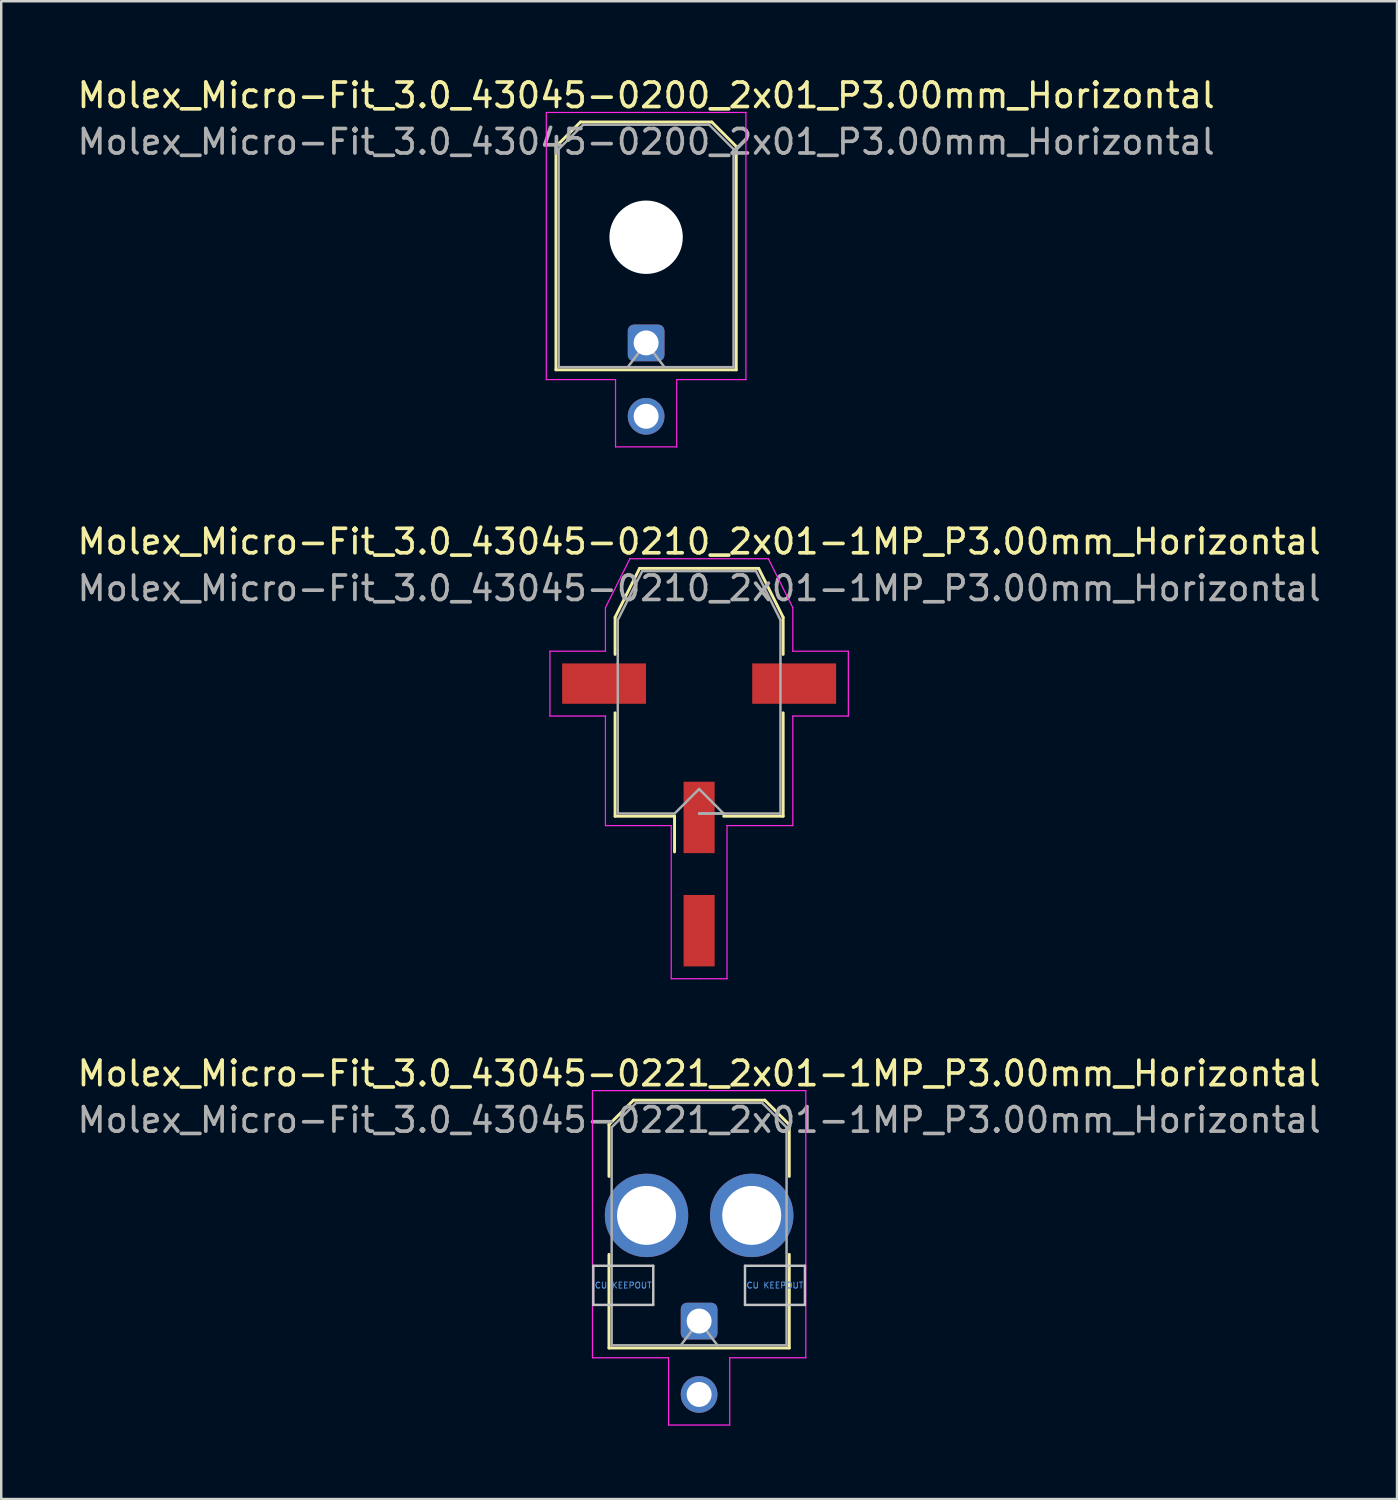
<source format=kicad_pcb>
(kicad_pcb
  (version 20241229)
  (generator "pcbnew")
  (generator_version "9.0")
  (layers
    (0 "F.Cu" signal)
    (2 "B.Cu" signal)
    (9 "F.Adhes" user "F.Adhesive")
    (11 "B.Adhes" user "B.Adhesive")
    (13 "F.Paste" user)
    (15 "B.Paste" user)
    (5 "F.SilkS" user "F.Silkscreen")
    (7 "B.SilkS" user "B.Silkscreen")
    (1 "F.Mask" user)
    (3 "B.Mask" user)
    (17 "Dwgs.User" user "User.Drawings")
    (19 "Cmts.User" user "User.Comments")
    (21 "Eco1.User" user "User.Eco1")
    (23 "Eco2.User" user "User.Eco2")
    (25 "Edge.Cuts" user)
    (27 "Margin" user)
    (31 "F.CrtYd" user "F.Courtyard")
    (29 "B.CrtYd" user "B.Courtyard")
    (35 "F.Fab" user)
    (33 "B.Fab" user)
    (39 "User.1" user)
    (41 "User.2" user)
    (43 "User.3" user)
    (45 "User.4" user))
  (footprint "Molex_Micro-Fit_3.0_43045-0210_2x01-1MP_P3.00mm_Horizontal"
    (layer "F.Cu")
    (at 25.53 32.681)
    (property "Reference" "Molex_Micro-Fit_3.0_43045-0210_2x01-1MP_P3.00mm_Horizontal" (at 0 -13.59 0) (layer "F.SilkS") (effects (font (size 1 1) (thickness 0.15))))
    (attr smd)
    (fp_line (start -3.435 -10.495) (end -3.435 -8.98) (stroke (width 0.12) (type solid)) (layer "F.SilkS"))
    (fp_line (start -3.435 -6.59) (end -3.435 -2.365) (stroke (width 0.12) (type solid)) (layer "F.SilkS"))
    (fp_line (start -3.435 -2.365) (end -1.005 -2.365) (stroke (width 0.12) (type solid)) (layer "F.SilkS"))
    (fp_line (start -2.435 -12.495) (end -3.435 -10.495) (stroke (width 0.12) (type solid)) (layer "F.SilkS"))
    (fp_line (start -1.005 -2.365) (end -1.005 -0.905) (stroke (width 0.12) (type solid)) (layer "F.SilkS"))
    (fp_line (start 0 -12.495) (end -2.435 -12.495) (stroke (width 0.12) (type solid)) (layer "F.SilkS"))
    (fp_line (start 0 -12.495) (end 2.435 -12.495) (stroke (width 0.12) (type solid)) (layer "F.SilkS"))
    (fp_line (start 2.435 -12.495) (end 3.435 -10.495) (stroke (width 0.12) (type solid)) (layer "F.SilkS"))
    (fp_line (start 3.435 -10.495) (end 3.435 -8.98) (stroke (width 0.12) (type solid)) (layer "F.SilkS"))
    (fp_line (start 3.435 -6.59) (end 3.435 -2.365) (stroke (width 0.12) (type solid)) (layer "F.SilkS"))
    (fp_line (start 3.435 -2.365) (end 1.005 -2.365) (stroke (width 0.12) (type solid)) (layer "F.SilkS"))
    (fp_line (start -6.1 -9.11) (end -6.1 -6.46) (stroke (width 0.05) (type solid)) (layer "F.CrtYd"))
    (fp_line (start -6.1 -6.46) (end -3.83 -6.46) (stroke (width 0.05) (type solid)) (layer "F.CrtYd"))
    (fp_line (start -3.83 -10.89) (end -3.83 -9.11) (stroke (width 0.05) (type solid)) (layer "F.CrtYd"))
    (fp_line (start -3.83 -9.11) (end -6.1 -9.11) (stroke (width 0.05) (type solid)) (layer "F.CrtYd"))
    (fp_line (start -3.83 -6.46) (end -3.83 -1.98) (stroke (width 0.05) (type solid)) (layer "F.CrtYd"))
    (fp_line (start -3.83 -1.98) (end -1.14 -1.98) (stroke (width 0.05) (type solid)) (layer "F.CrtYd"))
    (fp_line (start -2.83 -12.89) (end -3.83 -10.89) (stroke (width 0.05) (type solid)) (layer "F.CrtYd"))
    (fp_line (start -1.14 -1.98) (end -1.14 4.28) (stroke (width 0.05) (type solid)) (layer "F.CrtYd"))
    (fp_line (start -1.14 4.28) (end 0 4.28) (stroke (width 0.05) (type solid)) (layer "F.CrtYd"))
    (fp_line (start 0 -12.89) (end -2.83 -12.89) (stroke (width 0.05) (type solid)) (layer "F.CrtYd"))
    (fp_line (start 0 -12.89) (end 2.83 -12.89) (stroke (width 0.05) (type solid)) (layer "F.CrtYd"))
    (fp_line (start 1.14 -1.98) (end 1.14 4.28) (stroke (width 0.05) (type solid)) (layer "F.CrtYd"))
    (fp_line (start 1.14 4.28) (end 0 4.28) (stroke (width 0.05) (type solid)) (layer "F.CrtYd"))
    (fp_line (start 2.83 -12.89) (end 3.83 -10.89) (stroke (width 0.05) (type solid)) (layer "F.CrtYd"))
    (fp_line (start 3.83 -10.89) (end 3.83 -9.11) (stroke (width 0.05) (type solid)) (layer "F.CrtYd"))
    (fp_line (start 3.83 -9.11) (end 6.1 -9.11) (stroke (width 0.05) (type solid)) (layer "F.CrtYd"))
    (fp_line (start 3.83 -6.46) (end 3.83 -1.98) (stroke (width 0.05) (type solid)) (layer "F.CrtYd"))
    (fp_line (start 3.83 -1.98) (end 1.14 -1.98) (stroke (width 0.05) (type solid)) (layer "F.CrtYd"))
    (fp_line (start 6.1 -9.11) (end 6.1 -6.46) (stroke (width 0.05) (type solid)) (layer "F.CrtYd"))
    (fp_line (start 6.1 -6.46) (end 3.83 -6.46) (stroke (width 0.05) (type solid)) (layer "F.CrtYd"))
    (fp_line (start -3.325 -10.385) (end -3.325 -8.61) (stroke (width 0.1) (type solid)) (layer "F.Fab"))
    (fp_line (start -3.325 -8.61) (end -3.325 -2.475) (stroke (width 0.1) (type solid)) (layer "F.Fab"))
    (fp_line (start -3.325 -2.475) (end -1 -2.475) (stroke (width 0.1) (type solid)) (layer "F.Fab"))
    (fp_line (start -2.325 -12.385) (end -3.325 -10.385) (stroke (width 0.1) (type solid)) (layer "F.Fab"))
    (fp_line (start -1 -2.475) (end 0 -3.475) (stroke (width 0.1) (type solid)) (layer "F.Fab"))
    (fp_line (start 0 -12.385) (end -2.325 -12.385) (stroke (width 0.1) (type solid)) (layer "F.Fab"))
    (fp_line (start 0 -12.385) (end 2.325 -12.385) (stroke (width 0.1) (type solid)) (layer "F.Fab"))
    (fp_line (start 0 -3.475) (end 1 -2.475) (stroke (width 0.1) (type solid)) (layer "F.Fab"))
    (fp_line (start 0.635 -2.475) (end 0 -2.475) (stroke (width 0.1) (type solid)) (layer "F.Fab"))
    (fp_line (start 1 -2.475) (end 0 -2.475) (stroke (width 0.1) (type solid)) (layer "F.Fab"))
    (fp_line (start 2.325 -12.385) (end 3.325 -10.385) (stroke (width 0.1) (type solid)) (layer "F.Fab"))
    (fp_line (start 3.325 -10.385) (end 3.325 -8.61) (stroke (width 0.1) (type solid)) (layer "F.Fab"))
    (fp_line (start 3.325 -8.61) (end 3.325 -2.475) (stroke (width 0.1) (type solid)) (layer "F.Fab"))
    (fp_line (start 3.325 -2.475) (end 0.635 -2.475) (stroke (width 0.1) (type solid)) (layer "F.Fab"))
    (fp_text user "${REFERENCE}" (at 0 -11.68 0) (layer "F.Fab") (effects (font (size 1 1) (thickness 0.15))))
    (pad "1" smd rect (at 0 -2.315) (size 1.27 2.92) (layers "F.Cu" "F.Mask" "F.Paste"))
    (pad "2" smd rect (at 0 2.315) (size 1.27 2.92) (layers "F.Cu" "F.Mask" "F.Paste"))
    (pad "MP" smd rect (at -3.885 -7.785) (size 3.43 1.65) (layers "F.Cu" "F.Mask" "F.Paste"))
    (pad "MP" smd rect (at 3.885 -7.785) (size 3.43 1.65) (layers "F.Cu" "F.Mask" "F.Paste")))
  (footprint "Molex_Micro-Fit_3.0_43045-0200_2x01_P3.00mm_Horizontal"
    (layer "F.Cu")
    (at 23.363 10.968)
    (property "Reference" "Molex_Micro-Fit_3.0_43045-0200_2x01_P3.00mm_Horizontal" (at 0 -10.12 0) (layer "F.SilkS") (effects (font (size 1 1) (thickness 0.15))))
    (attr through_hole)
    (fp_line (start -3.685 -8.03) (end -2.685 -9.03) (stroke (width 0.12) (type solid)) (layer "F.SilkS"))
    (fp_line (start -3.685 1.1) (end -3.685 -8.03) (stroke (width 0.12) (type solid)) (layer "F.SilkS"))
    (fp_line (start -2.685 -9.03) (end 2.685 -9.03) (stroke (width 0.12) (type solid)) (layer "F.SilkS"))
    (fp_line (start 2.685 -9.03) (end 3.685 -8.03) (stroke (width 0.12) (type solid)) (layer "F.SilkS"))
    (fp_line (start 3.685 -8.03) (end 3.685 1.1) (stroke (width 0.12) (type solid)) (layer "F.SilkS"))
    (fp_line (start 3.685 1.1) (end -3.685 1.1) (stroke (width 0.12) (type solid)) (layer "F.SilkS"))
    (fp_line (start -4.08 -9.42) (end 4.08 -9.42) (stroke (width 0.05) (type solid)) (layer "F.CrtYd"))
    (fp_line (start -4.08 1.5) (end -4.08 -9.42) (stroke (width 0.05) (type solid)) (layer "F.CrtYd"))
    (fp_line (start -1.25 1.5) (end -4.08 1.5) (stroke (width 0.05) (type solid)) (layer "F.CrtYd"))
    (fp_line (start -1.25 4.25) (end -1.25 1.5) (stroke (width 0.05) (type solid)) (layer "F.CrtYd"))
    (fp_line (start 1.25 1.5) (end 1.25 4.25) (stroke (width 0.05) (type solid)) (layer "F.CrtYd"))
    (fp_line (start 1.25 4.25) (end -1.25 4.25) (stroke (width 0.05) (type solid)) (layer "F.CrtYd"))
    (fp_line (start 4.08 -9.42) (end 4.08 1.5) (stroke (width 0.05) (type solid)) (layer "F.CrtYd"))
    (fp_line (start 4.08 1.5) (end 1.25 1.5) (stroke (width 0.05) (type solid)) (layer "F.CrtYd"))
    (fp_line (start -3.575 -7.92) (end -2.575 -8.92) (stroke (width 0.1) (type solid)) (layer "F.Fab"))
    (fp_line (start -3.575 0.99) (end -3.575 -7.92) (stroke (width 0.1) (type solid)) (layer "F.Fab"))
    (fp_line (start -2.575 -8.92) (end 2.575 -8.92) (stroke (width 0.1) (type solid)) (layer "F.Fab"))
    (fp_line (start -0.75 0.99) (end 0 0) (stroke (width 0.1) (type solid)) (layer "F.Fab"))
    (fp_line (start 0 0) (end 0.75 0.99) (stroke (width 0.1) (type solid)) (layer "F.Fab"))
    (fp_line (start 2.575 -8.92) (end 3.575 -7.92) (stroke (width 0.1) (type solid)) (layer "F.Fab"))
    (fp_line (start 3.575 -7.92) (end 3.575 0.99) (stroke (width 0.1) (type solid)) (layer "F.Fab"))
    (fp_line (start 3.575 0.99) (end -3.575 0.99) (stroke (width 0.1) (type solid)) (layer "F.Fab"))
    (fp_text user "${REFERENCE}" (at 0 -8.22 0) (layer "F.Fab") (effects (font (size 1 1) (thickness 0.15))))
    (pad "" np_thru_hole circle (at 0 -4.32) (size 3 3) (drill 3) (layers "*.Cu" "*.Mask"))
    (pad "1" thru_hole roundrect (at 0 0) (size 1.5 1.5) (drill 1.02) (layers "*.Cu" "*.Mask") (roundrect_rratio 0.167))
    (pad "2" thru_hole circle (at 0 3) (size 1.5 1.5) (drill 1.02) (layers "*.Cu" "*.Mask")))
  (footprint "Molex_Micro-Fit_3.0_43045-0221_2x01-1MP_P3.00mm_Horizontal"
    (layer "F.Cu")
    (at 25.53 50.955)
    (property "Reference" "Molex_Micro-Fit_3.0_43045-0221_2x01-1MP_P3.00mm_Horizontal" (at 0 -10.12 0) (layer "F.SilkS") (effects (font (size 1 1) (thickness 0.15))))
    (attr through_hole)
    (fp_line (start -3.685 -8.03) (end -2.685 -9.03) (stroke (width 0.12) (type solid)) (layer "F.SilkS"))
    (fp_line (start -3.685 -5.915) (end -3.685 -8.03) (stroke (width 0.12) (type solid)) (layer "F.SilkS"))
    (fp_line (start -3.685 -2.725) (end -3.685 1.1) (stroke (width 0.12) (type solid)) (layer "F.SilkS"))
    (fp_line (start -3.685 1.1) (end 3.685 1.1) (stroke (width 0.12) (type solid)) (layer "F.SilkS"))
    (fp_line (start -2.685 -9.03) (end 2.685 -9.03) (stroke (width 0.12) (type solid)) (layer "F.SilkS"))
    (fp_line (start 2.685 -9.03) (end 3.685 -8.03) (stroke (width 0.12) (type solid)) (layer "F.SilkS"))
    (fp_line (start 3.685 -8.03) (end 3.685 -5.915) (stroke (width 0.12) (type solid)) (layer "F.SilkS"))
    (fp_line (start 3.685 1.1) (end 3.685 -2.725) (stroke (width 0.12) (type solid)) (layer "F.SilkS"))
    (fp_line (start -4.325 -2.26) (end -4.325 -0.66) (stroke (width 0.1) (type solid)) (layer "Dwgs.User"))
    (fp_line (start -4.325 -0.66) (end -1.875 -0.66) (stroke (width 0.1) (type solid)) (layer "Dwgs.User"))
    (fp_line (start -1.875 -2.26) (end -4.325 -2.26) (stroke (width 0.1) (type solid)) (layer "Dwgs.User"))
    (fp_line (start -1.875 -0.66) (end -1.875 -2.26) (stroke (width 0.1) (type solid)) (layer "Dwgs.User"))
    (fp_line (start 1.875 -2.26) (end 1.875 -0.66) (stroke (width 0.1) (type solid)) (layer "Dwgs.User"))
    (fp_line (start 1.875 -0.66) (end 4.325 -0.66) (stroke (width 0.1) (type solid)) (layer "Dwgs.User"))
    (fp_line (start 4.325 -2.26) (end 1.875 -2.26) (stroke (width 0.1) (type solid)) (layer "Dwgs.User"))
    (fp_line (start 4.325 -0.66) (end 4.325 -2.26) (stroke (width 0.1) (type solid)) (layer "Dwgs.User"))
    (fp_line (start -4.36 -9.42) (end 4.36 -9.42) (stroke (width 0.05) (type solid)) (layer "F.CrtYd"))
    (fp_line (start -4.36 1.5) (end -4.36 -9.42) (stroke (width 0.05) (type solid)) (layer "F.CrtYd"))
    (fp_line (start -1.25 1.5) (end -4.36 1.5) (stroke (width 0.05) (type solid)) (layer "F.CrtYd"))
    (fp_line (start -1.25 4.25) (end -1.25 1.5) (stroke (width 0.05) (type solid)) (layer "F.CrtYd"))
    (fp_line (start 1.25 1.5) (end 1.25 4.25) (stroke (width 0.05) (type solid)) (layer "F.CrtYd"))
    (fp_line (start 1.25 4.25) (end -1.25 4.25) (stroke (width 0.05) (type solid)) (layer "F.CrtYd"))
    (fp_line (start 4.36 -9.42) (end 4.36 1.5) (stroke (width 0.05) (type solid)) (layer "F.CrtYd"))
    (fp_line (start 4.36 1.5) (end 1.25 1.5) (stroke (width 0.05) (type solid)) (layer "F.CrtYd"))
    (fp_line (start -3.575 -7.92) (end -2.575 -8.92) (stroke (width 0.1) (type solid)) (layer "F.Fab"))
    (fp_line (start -3.575 0.99) (end -3.575 -7.92) (stroke (width 0.1) (type solid)) (layer "F.Fab"))
    (fp_line (start -2.575 -8.92) (end 2.575 -8.92) (stroke (width 0.1) (type solid)) (layer "F.Fab"))
    (fp_line (start -0.75 0.99) (end 0 0) (stroke (width 0.1) (type solid)) (layer "F.Fab"))
    (fp_line (start 0 0) (end 0.75 0.99) (stroke (width 0.1) (type solid)) (layer "F.Fab"))
    (fp_line (start 2.575 -8.92) (end 3.575 -7.92) (stroke (width 0.1) (type solid)) (layer "F.Fab"))
    (fp_line (start 3.575 -7.92) (end 3.575 0.99) (stroke (width 0.1) (type solid)) (layer "F.Fab"))
    (fp_line (start 3.575 0.99) (end -3.575 0.99) (stroke (width 0.1) (type solid)) (layer "F.Fab"))
    (fp_text user "CU KEEPOUT" (at -3.1 -1.46 0) (layer "Cmts.User") (effects (font (size 0.245 0.245) (thickness 0.037))))
    (fp_text user "CU KEEPOUT" (at 3.1 -1.46 0) (layer "Cmts.User") (effects (font (size 0.245 0.245) (thickness 0.037))))
    (fp_text user "${REFERENCE}" (at 0 -8.22 0) (layer "F.Fab") (effects (font (size 1 1) (thickness 0.15))))
    (pad "1" thru_hole roundrect (at 0 0) (size 1.5 1.5) (drill 1.02) (layers "*.Cu" "*.Mask") (roundrect_rratio 0.167))
    (pad "2" thru_hole circle (at 0 3) (size 1.5 1.5) (drill 1.02) (layers "*.Cu" "*.Mask"))
    (pad "MP" thru_hole circle (at -2.15 -4.32) (size 3.41 3.41) (drill 2.41) (layers "*.Cu" "*.Mask"))
    (pad "MP" thru_hole circle (at 2.15 -4.32) (size 3.41 3.41) (drill 2.41) (layers "*.Cu" "*.Mask")))
  (gr_rect
    (start -3 -3)
    (end 54.06 58.23)
    (stroke (width 0.1) (type default))
    (fill no)
    (layer "Edge.Cuts")))
</source>
